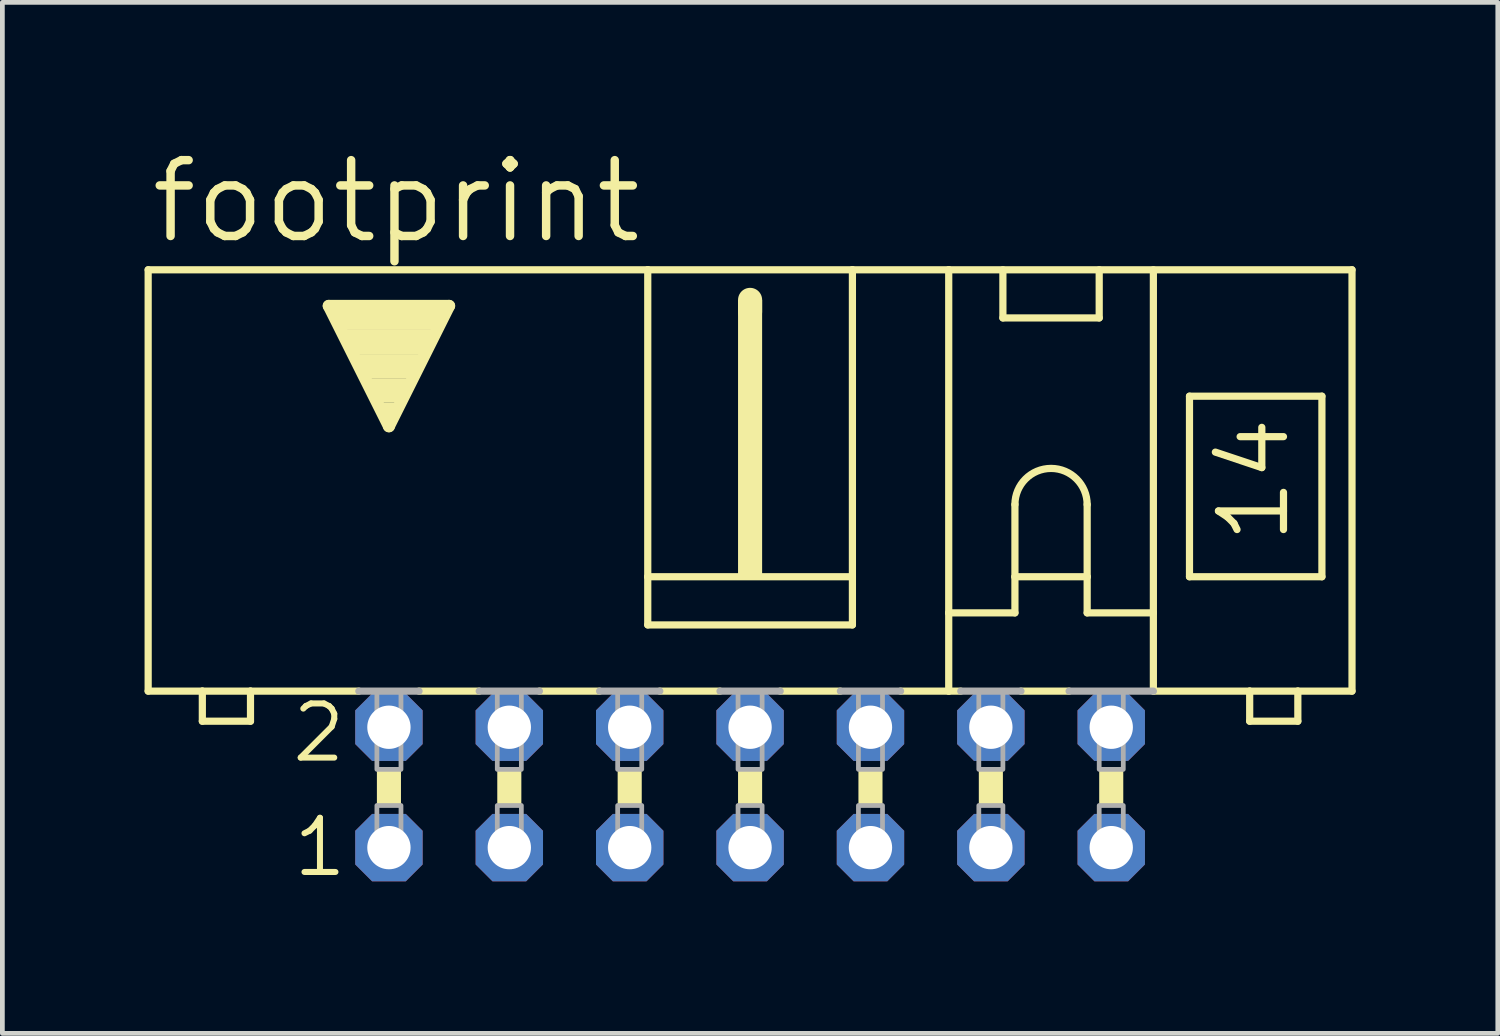
<source format=kicad_pcb>
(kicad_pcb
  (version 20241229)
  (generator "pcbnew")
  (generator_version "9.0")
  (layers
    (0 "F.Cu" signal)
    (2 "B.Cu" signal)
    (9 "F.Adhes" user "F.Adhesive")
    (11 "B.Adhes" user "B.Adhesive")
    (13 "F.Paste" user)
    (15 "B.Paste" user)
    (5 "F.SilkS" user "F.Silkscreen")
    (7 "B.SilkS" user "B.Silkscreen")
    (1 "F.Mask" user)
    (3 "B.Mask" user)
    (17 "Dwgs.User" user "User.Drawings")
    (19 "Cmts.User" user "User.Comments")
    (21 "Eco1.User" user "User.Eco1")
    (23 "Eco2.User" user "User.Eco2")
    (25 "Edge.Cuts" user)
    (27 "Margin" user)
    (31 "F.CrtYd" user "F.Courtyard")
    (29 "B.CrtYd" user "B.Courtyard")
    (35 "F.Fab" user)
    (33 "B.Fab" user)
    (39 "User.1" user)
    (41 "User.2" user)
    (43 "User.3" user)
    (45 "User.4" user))
  (footprint "footprint"
    (layer "F.Cu")
    (at 12.776 13.564)
    (property "Reference" "footprint" (at -12.725 -11.43 0) (layer "F.SilkS") (effects (font (size 1.6 1.6) (thickness 0.178)) (justify left bottom)))
    (fp_line (start -12.7 -10.922) (end -12.7 -2.032) (stroke (width 0.152) (type solid)) (layer "F.SilkS"))
    (fp_line (start -12.7 -2.032) (end -11.557 -2.032) (stroke (width 0.152) (type solid)) (layer "F.SilkS"))
    (fp_line (start -11.557 -2.032) (end -11.557 -1.397) (stroke (width 0.152) (type solid)) (layer "F.SilkS"))
    (fp_line (start -11.557 -2.032) (end -10.541 -2.032) (stroke (width 0.152) (type solid)) (layer "F.SilkS"))
    (fp_line (start -10.541 -2.032) (end -8.255 -2.032) (stroke (width 0.152) (type solid)) (layer "F.SilkS"))
    (fp_line (start -10.541 -1.397) (end -11.557 -1.397) (stroke (width 0.152) (type solid)) (layer "F.SilkS"))
    (fp_line (start -10.541 -1.397) (end -10.541 -2.032) (stroke (width 0.152) (type solid)) (layer "F.SilkS"))
    (fp_line (start -8.89 -10.16) (end -6.35 -10.16) (stroke (width 0.254) (type solid)) (layer "F.SilkS"))
    (fp_line (start -7.62 -7.62) (end -8.89 -10.16) (stroke (width 0.254) (type solid)) (layer "F.SilkS"))
    (fp_line (start -6.985 -2.032) (end -5.715 -2.032) (stroke (width 0.152) (type solid)) (layer "F.SilkS"))
    (fp_line (start -6.35 -10.16) (end -7.62 -7.62) (stroke (width 0.254) (type solid)) (layer "F.SilkS"))
    (fp_line (start -4.445 -2.032) (end -3.175 -2.032) (stroke (width 0.152) (type solid)) (layer "F.SilkS"))
    (fp_line (start -2.159 -10.922) (end -12.7 -10.922) (stroke (width 0.152) (type solid)) (layer "F.SilkS"))
    (fp_line (start -2.159 -10.922) (end -2.159 -4.445) (stroke (width 0.152) (type solid)) (layer "F.SilkS"))
    (fp_line (start -2.159 -10.922) (end 2.159 -10.922) (stroke (width 0.152) (type solid)) (layer "F.SilkS"))
    (fp_line (start -2.159 -4.445) (end -2.159 -3.429) (stroke (width 0.152) (type solid)) (layer "F.SilkS"))
    (fp_line (start -1.905 -2.032) (end -0.635 -2.032) (stroke (width 0.152) (type solid)) (layer "F.SilkS"))
    (fp_line (start 0 -10.033) (end 0 -10.287) (stroke (width 0.508) (type solid)) (layer "F.SilkS"))
    (fp_line (start 0.635 -2.032) (end 1.905 -2.032) (stroke (width 0.152) (type solid)) (layer "F.SilkS"))
    (fp_line (start 2.159 -10.922) (end 2.159 -4.445) (stroke (width 0.152) (type solid)) (layer "F.SilkS"))
    (fp_line (start 2.159 -10.922) (end 4.191 -10.922) (stroke (width 0.152) (type solid)) (layer "F.SilkS"))
    (fp_line (start 2.159 -4.445) (end -2.159 -4.445) (stroke (width 0.152) (type solid)) (layer "F.SilkS"))
    (fp_line (start 2.159 -4.445) (end 2.159 -3.429) (stroke (width 0.152) (type solid)) (layer "F.SilkS"))
    (fp_line (start 2.159 -3.429) (end -2.159 -3.429) (stroke (width 0.152) (type solid)) (layer "F.SilkS"))
    (fp_line (start 3.175 -2.032) (end 4.191 -2.032) (stroke (width 0.152) (type solid)) (layer "F.SilkS"))
    (fp_line (start 4.191 -10.922) (end 12.7 -10.922) (stroke (width 0.152) (type solid)) (layer "F.SilkS"))
    (fp_line (start 4.191 -3.683) (end 4.191 -10.922) (stroke (width 0.152) (type solid)) (layer "F.SilkS"))
    (fp_line (start 4.191 -3.683) (end 4.191 -2.032) (stroke (width 0.152) (type solid)) (layer "F.SilkS"))
    (fp_line (start 4.191 -3.683) (end 5.588 -3.683) (stroke (width 0.152) (type solid)) (layer "F.SilkS"))
    (fp_line (start 4.191 -2.032) (end 4.445 -2.032) (stroke (width 0.152) (type solid)) (layer "F.SilkS"))
    (fp_line (start 5.334 -9.906) (end 5.334 -10.922) (stroke (width 0.152) (type solid)) (layer "F.SilkS"))
    (fp_line (start 5.334 -9.906) (end 7.366 -9.906) (stroke (width 0.152) (type solid)) (layer "F.SilkS"))
    (fp_line (start 5.588 -5.969) (end 5.588 -4.445) (stroke (width 0.152) (type solid)) (layer "F.SilkS"))
    (fp_line (start 5.588 -4.445) (end 5.588 -3.683) (stroke (width 0.152) (type solid)) (layer "F.SilkS"))
    (fp_line (start 5.588 -4.445) (end 7.112 -4.445) (stroke (width 0.152) (type solid)) (layer "F.SilkS"))
    (fp_line (start 5.715 -2.032) (end 6.731 -2.032) (stroke (width 0.152) (type solid)) (layer "F.SilkS"))
    (fp_line (start 7.112 -5.969) (end 7.112 -4.445) (stroke (width 0.152) (type solid)) (layer "F.SilkS"))
    (fp_line (start 7.112 -4.445) (end 7.112 -3.683) (stroke (width 0.152) (type solid)) (layer "F.SilkS"))
    (fp_line (start 7.112 -3.683) (end 8.509 -3.683) (stroke (width 0.152) (type solid)) (layer "F.SilkS"))
    (fp_line (start 7.366 -10.922) (end 7.366 -9.906) (stroke (width 0.152) (type solid)) (layer "F.SilkS"))
    (fp_line (start 8.509 -3.683) (end 8.509 -10.922) (stroke (width 0.152) (type solid)) (layer "F.SilkS"))
    (fp_line (start 8.509 -3.683) (end 8.509 -2.032) (stroke (width 0.152) (type solid)) (layer "F.SilkS"))
    (fp_line (start 9.271 -8.255) (end 9.271 -4.445) (stroke (width 0.152) (type solid)) (layer "F.SilkS"))
    (fp_line (start 9.271 -8.255) (end 12.065 -8.255) (stroke (width 0.152) (type solid)) (layer "F.SilkS"))
    (fp_line (start 9.271 -4.445) (end 12.065 -4.445) (stroke (width 0.152) (type solid)) (layer "F.SilkS"))
    (fp_line (start 10.541 -2.032) (end 8.509 -2.032) (stroke (width 0.152) (type solid)) (layer "F.SilkS"))
    (fp_line (start 10.541 -2.032) (end 10.541 -1.397) (stroke (width 0.152) (type solid)) (layer "F.SilkS"))
    (fp_line (start 11.557 -2.032) (end 10.541 -2.032) (stroke (width 0.152) (type solid)) (layer "F.SilkS"))
    (fp_line (start 11.557 -1.397) (end 10.541 -1.397) (stroke (width 0.152) (type solid)) (layer "F.SilkS"))
    (fp_line (start 11.557 -1.397) (end 11.557 -2.032) (stroke (width 0.152) (type solid)) (layer "F.SilkS"))
    (fp_line (start 12.065 -4.445) (end 12.065 -8.255) (stroke (width 0.152) (type solid)) (layer "F.SilkS"))
    (fp_line (start 12.7 -10.922) (end 12.7 -2.032) (stroke (width 0.152) (type solid)) (layer "F.SilkS"))
    (fp_line (start 12.7 -2.032) (end 11.557 -2.032) (stroke (width 0.152) (type solid)) (layer "F.SilkS"))
    (fp_arc (start 5.588 -5.969) (mid 6.35 -6.731) (end 7.112 -5.969) (stroke (width 0.1524) (type solid)) (layer "F.SilkS"))
    (fp_poly (pts (xy -8.763 -9.652) (xy -6.477 -9.652) (xy -6.477 -10.16) (xy -8.763 -10.16)) (stroke (width 0) (type solid)) (fill yes) (layer "F.SilkS"))
    (fp_poly (pts (xy -8.509 -9.144) (xy -6.731 -9.144) (xy -6.731 -9.652) (xy -8.509 -9.652)) (stroke (width 0) (type solid)) (fill yes) (layer "F.SilkS"))
    (fp_poly (pts (xy -8.255 -8.636) (xy -6.985 -8.636) (xy -6.985 -9.144) (xy -8.255 -9.144)) (stroke (width 0) (type solid)) (fill yes) (layer "F.SilkS"))
    (fp_poly (pts (xy -8.001 -8.128) (xy -7.239 -8.128) (xy -7.239 -8.636) (xy -8.001 -8.636)) (stroke (width 0) (type solid)) (fill yes) (layer "F.SilkS"))
    (fp_poly (pts (xy -7.874 0.381) (xy -7.366 0.381) (xy -7.366 -0.381) (xy -7.874 -0.381)) (stroke (width 0) (type solid)) (fill yes) (layer "F.SilkS"))
    (fp_poly (pts (xy -7.747 -7.874) (xy -7.493 -7.874) (xy -7.493 -8.128) (xy -7.747 -8.128)) (stroke (width 0) (type solid)) (fill yes) (layer "F.SilkS"))
    (fp_poly (pts (xy -5.334 0.381) (xy -4.826 0.381) (xy -4.826 -0.381) (xy -5.334 -0.381)) (stroke (width 0) (type solid)) (fill yes) (layer "F.SilkS"))
    (fp_poly (pts (xy -2.794 0.381) (xy -2.286 0.381) (xy -2.286 -0.381) (xy -2.794 -0.381)) (stroke (width 0) (type solid)) (fill yes) (layer "F.SilkS"))
    (fp_poly (pts (xy -0.254 -4.445) (xy 0.254 -4.445) (xy 0.254 -10.287) (xy -0.254 -10.287)) (stroke (width 0) (type solid)) (fill yes) (layer "F.SilkS"))
    (fp_poly (pts (xy -0.254 0.381) (xy 0.254 0.381) (xy 0.254 -0.381) (xy -0.254 -0.381)) (stroke (width 0) (type solid)) (fill yes) (layer "F.SilkS"))
    (fp_poly (pts (xy 2.286 0.381) (xy 2.794 0.381) (xy 2.794 -0.381) (xy 2.286 -0.381)) (stroke (width 0) (type solid)) (fill yes) (layer "F.SilkS"))
    (fp_poly (pts (xy 4.826 0.381) (xy 5.334 0.381) (xy 5.334 -0.381) (xy 4.826 -0.381)) (stroke (width 0) (type solid)) (fill yes) (layer "F.SilkS"))
    (fp_poly (pts (xy 7.366 0.381) (xy 7.874 0.381) (xy 7.874 -0.381) (xy 7.366 -0.381)) (stroke (width 0) (type solid)) (fill yes) (layer "F.SilkS"))
    (fp_line (start -8.255 -2.032) (end -6.985 -2.032) (stroke (width 0.152) (type solid)) (layer "F.Fab"))
    (fp_line (start -5.715 -2.032) (end -4.445 -2.032) (stroke (width 0.152) (type solid)) (layer "F.Fab"))
    (fp_line (start -3.175 -2.032) (end -1.905 -2.032) (stroke (width 0.152) (type solid)) (layer "F.Fab"))
    (fp_line (start -0.635 -2.032) (end 0.635 -2.032) (stroke (width 0.152) (type solid)) (layer "F.Fab"))
    (fp_line (start 3.175 -2.032) (end 1.905 -2.032) (stroke (width 0.152) (type solid)) (layer "F.Fab"))
    (fp_line (start 5.715 -2.032) (end 4.445 -2.032) (stroke (width 0.152) (type solid)) (layer "F.Fab"))
    (fp_line (start 8.509 -2.032) (end 6.731 -2.032) (stroke (width 0.152) (type solid)) (layer "F.Fab"))
    (fp_poly (pts (xy -7.874 -0.381) (xy -7.366 -0.381) (xy -7.366 -2.032) (xy -7.874 -2.032)) (stroke (width 0.1) (type solid)) (fill no) (layer "F.Fab"))
    (fp_poly (pts (xy -7.874 1.524) (xy -7.366 1.524) (xy -7.366 0.381) (xy -7.874 0.381)) (stroke (width 0.1) (type solid)) (fill no) (layer "F.Fab"))
    (fp_poly (pts (xy -5.334 -0.381) (xy -4.826 -0.381) (xy -4.826 -2.032) (xy -5.334 -2.032)) (stroke (width 0.1) (type solid)) (fill no) (layer "F.Fab"))
    (fp_poly (pts (xy -5.334 1.524) (xy -4.826 1.524) (xy -4.826 0.381) (xy -5.334 0.381)) (stroke (width 0.1) (type solid)) (fill no) (layer "F.Fab"))
    (fp_poly (pts (xy -2.794 -0.381) (xy -2.286 -0.381) (xy -2.286 -2.032) (xy -2.794 -2.032)) (stroke (width 0.1) (type solid)) (fill no) (layer "F.Fab"))
    (fp_poly (pts (xy -2.794 1.524) (xy -2.286 1.524) (xy -2.286 0.381) (xy -2.794 0.381)) (stroke (width 0.1) (type solid)) (fill no) (layer "F.Fab"))
    (fp_poly (pts (xy -0.254 -0.381) (xy 0.254 -0.381) (xy 0.254 -2.032) (xy -0.254 -2.032)) (stroke (width 0.1) (type solid)) (fill no) (layer "F.Fab"))
    (fp_poly (pts (xy -0.254 1.524) (xy 0.254 1.524) (xy 0.254 0.381) (xy -0.254 0.381)) (stroke (width 0.1) (type solid)) (fill no) (layer "F.Fab"))
    (fp_poly (pts (xy 2.286 -0.381) (xy 2.794 -0.381) (xy 2.794 -2.032) (xy 2.286 -2.032)) (stroke (width 0.1) (type solid)) (fill no) (layer "F.Fab"))
    (fp_poly (pts (xy 2.286 1.524) (xy 2.794 1.524) (xy 2.794 0.381) (xy 2.286 0.381)) (stroke (width 0.1) (type solid)) (fill no) (layer "F.Fab"))
    (fp_poly (pts (xy 4.826 -0.381) (xy 5.334 -0.381) (xy 5.334 -2.032) (xy 4.826 -2.032)) (stroke (width 0.1) (type solid)) (fill no) (layer "F.Fab"))
    (fp_poly (pts (xy 4.826 1.524) (xy 5.334 1.524) (xy 5.334 0.381) (xy 4.826 0.381)) (stroke (width 0.1) (type solid)) (fill no) (layer "F.Fab"))
    (fp_poly (pts (xy 7.366 -0.381) (xy 7.874 -0.381) (xy 7.874 -2.032) (xy 7.366 -2.032)) (stroke (width 0.1) (type solid)) (fill no) (layer "F.Fab"))
    (fp_poly (pts (xy 7.366 1.524) (xy 7.874 1.524) (xy 7.874 0.381) (xy 7.366 0.381)) (stroke (width 0.1) (type solid)) (fill no) (layer "F.Fab"))
    (fp_text user "1" (at -9.703 1.93 0) (layer "F.SilkS") (effects (font (size 1.143 1.143) (thickness 0.127)) (justify left bottom)))
    (fp_text user "2" (at -9.728 -0.483 0) (layer "F.SilkS") (effects (font (size 1.143 1.143) (thickness 0.127)) (justify left bottom)))
    (fp_text user "14" (at 11.43 -5.08 90) (layer "F.SilkS") (effects (font (size 1.372 1.372) (thickness 0.152)) (justify left bottom)))
    (pad "1" thru_hole roundrect (at -7.62 1.27) (size 1.422 1.422) (drill 0.914) (layers "*.Cu" "*.Mask") (roundrect_rratio 0.25) (chamfer_ratio 0.25) (chamfer top_left top_right bottom_left bottom_right))
    (pad "2" thru_hole roundrect (at -7.62 -1.27) (size 1.422 1.422) (drill 0.914) (layers "*.Cu" "*.Mask") (roundrect_rratio 0.25) (chamfer_ratio 0.25) (chamfer top_left top_right bottom_left bottom_right))
    (pad "3" thru_hole roundrect (at -5.08 1.27) (size 1.422 1.422) (drill 0.914) (layers "*.Cu" "*.Mask") (roundrect_rratio 0.25) (chamfer_ratio 0.25) (chamfer top_left top_right bottom_left bottom_right))
    (pad "4" thru_hole roundrect (at -5.08 -1.27) (size 1.422 1.422) (drill 0.914) (layers "*.Cu" "*.Mask") (roundrect_rratio 0.25) (chamfer_ratio 0.25) (chamfer top_left top_right bottom_left bottom_right))
    (pad "5" thru_hole roundrect (at -2.54 1.27) (size 1.422 1.422) (drill 0.914) (layers "*.Cu" "*.Mask") (roundrect_rratio 0.25) (chamfer_ratio 0.25) (chamfer top_left top_right bottom_left bottom_right))
    (pad "6" thru_hole roundrect (at -2.54 -1.27) (size 1.422 1.422) (drill 0.914) (layers "*.Cu" "*.Mask") (roundrect_rratio 0.25) (chamfer_ratio 0.25) (chamfer top_left top_right bottom_left bottom_right))
    (pad "7" thru_hole roundrect (at 0 1.27) (size 1.422 1.422) (drill 0.914) (layers "*.Cu" "*.Mask") (roundrect_rratio 0.25) (chamfer_ratio 0.25) (chamfer top_left top_right bottom_left bottom_right))
    (pad "8" thru_hole roundrect (at 0 -1.27) (size 1.422 1.422) (drill 0.914) (layers "*.Cu" "*.Mask") (roundrect_rratio 0.25) (chamfer_ratio 0.25) (chamfer top_left top_right bottom_left bottom_right))
    (pad "9" thru_hole roundrect (at 2.54 1.27) (size 1.422 1.422) (drill 0.914) (layers "*.Cu" "*.Mask") (roundrect_rratio 0.25) (chamfer_ratio 0.25) (chamfer top_left top_right bottom_left bottom_right))
    (pad "10" thru_hole roundrect (at 2.54 -1.27) (size 1.422 1.422) (drill 0.914) (layers "*.Cu" "*.Mask") (roundrect_rratio 0.25) (chamfer_ratio 0.25) (chamfer top_left top_right bottom_left bottom_right))
    (pad "11" thru_hole roundrect (at 5.08 1.27) (size 1.422 1.422) (drill 0.914) (layers "*.Cu" "*.Mask") (roundrect_rratio 0.25) (chamfer_ratio 0.25) (chamfer top_left top_right bottom_left bottom_right))
    (pad "12" thru_hole roundrect (at 5.08 -1.27) (size 1.422 1.422) (drill 0.914) (layers "*.Cu" "*.Mask") (roundrect_rratio 0.25) (chamfer_ratio 0.25) (chamfer top_left top_right bottom_left bottom_right))
    (pad "13" thru_hole roundrect (at 7.62 1.27) (size 1.422 1.422) (drill 0.914) (layers "*.Cu" "*.Mask") (roundrect_rratio 0.25) (chamfer_ratio 0.25) (chamfer top_left top_right bottom_left bottom_right))
    (pad "14" thru_hole roundrect (at 7.62 -1.27) (size 1.422 1.422) (drill 0.914) (layers "*.Cu" "*.Mask") (roundrect_rratio 0.25) (chamfer_ratio 0.25) (chamfer top_left top_right bottom_left bottom_right)))
  (gr_rect
    (start -3 -3)
    (end 28.552 18.753)
    (stroke (width 0.1) (type default))
    (fill no)
    (layer "Edge.Cuts")))
</source>
